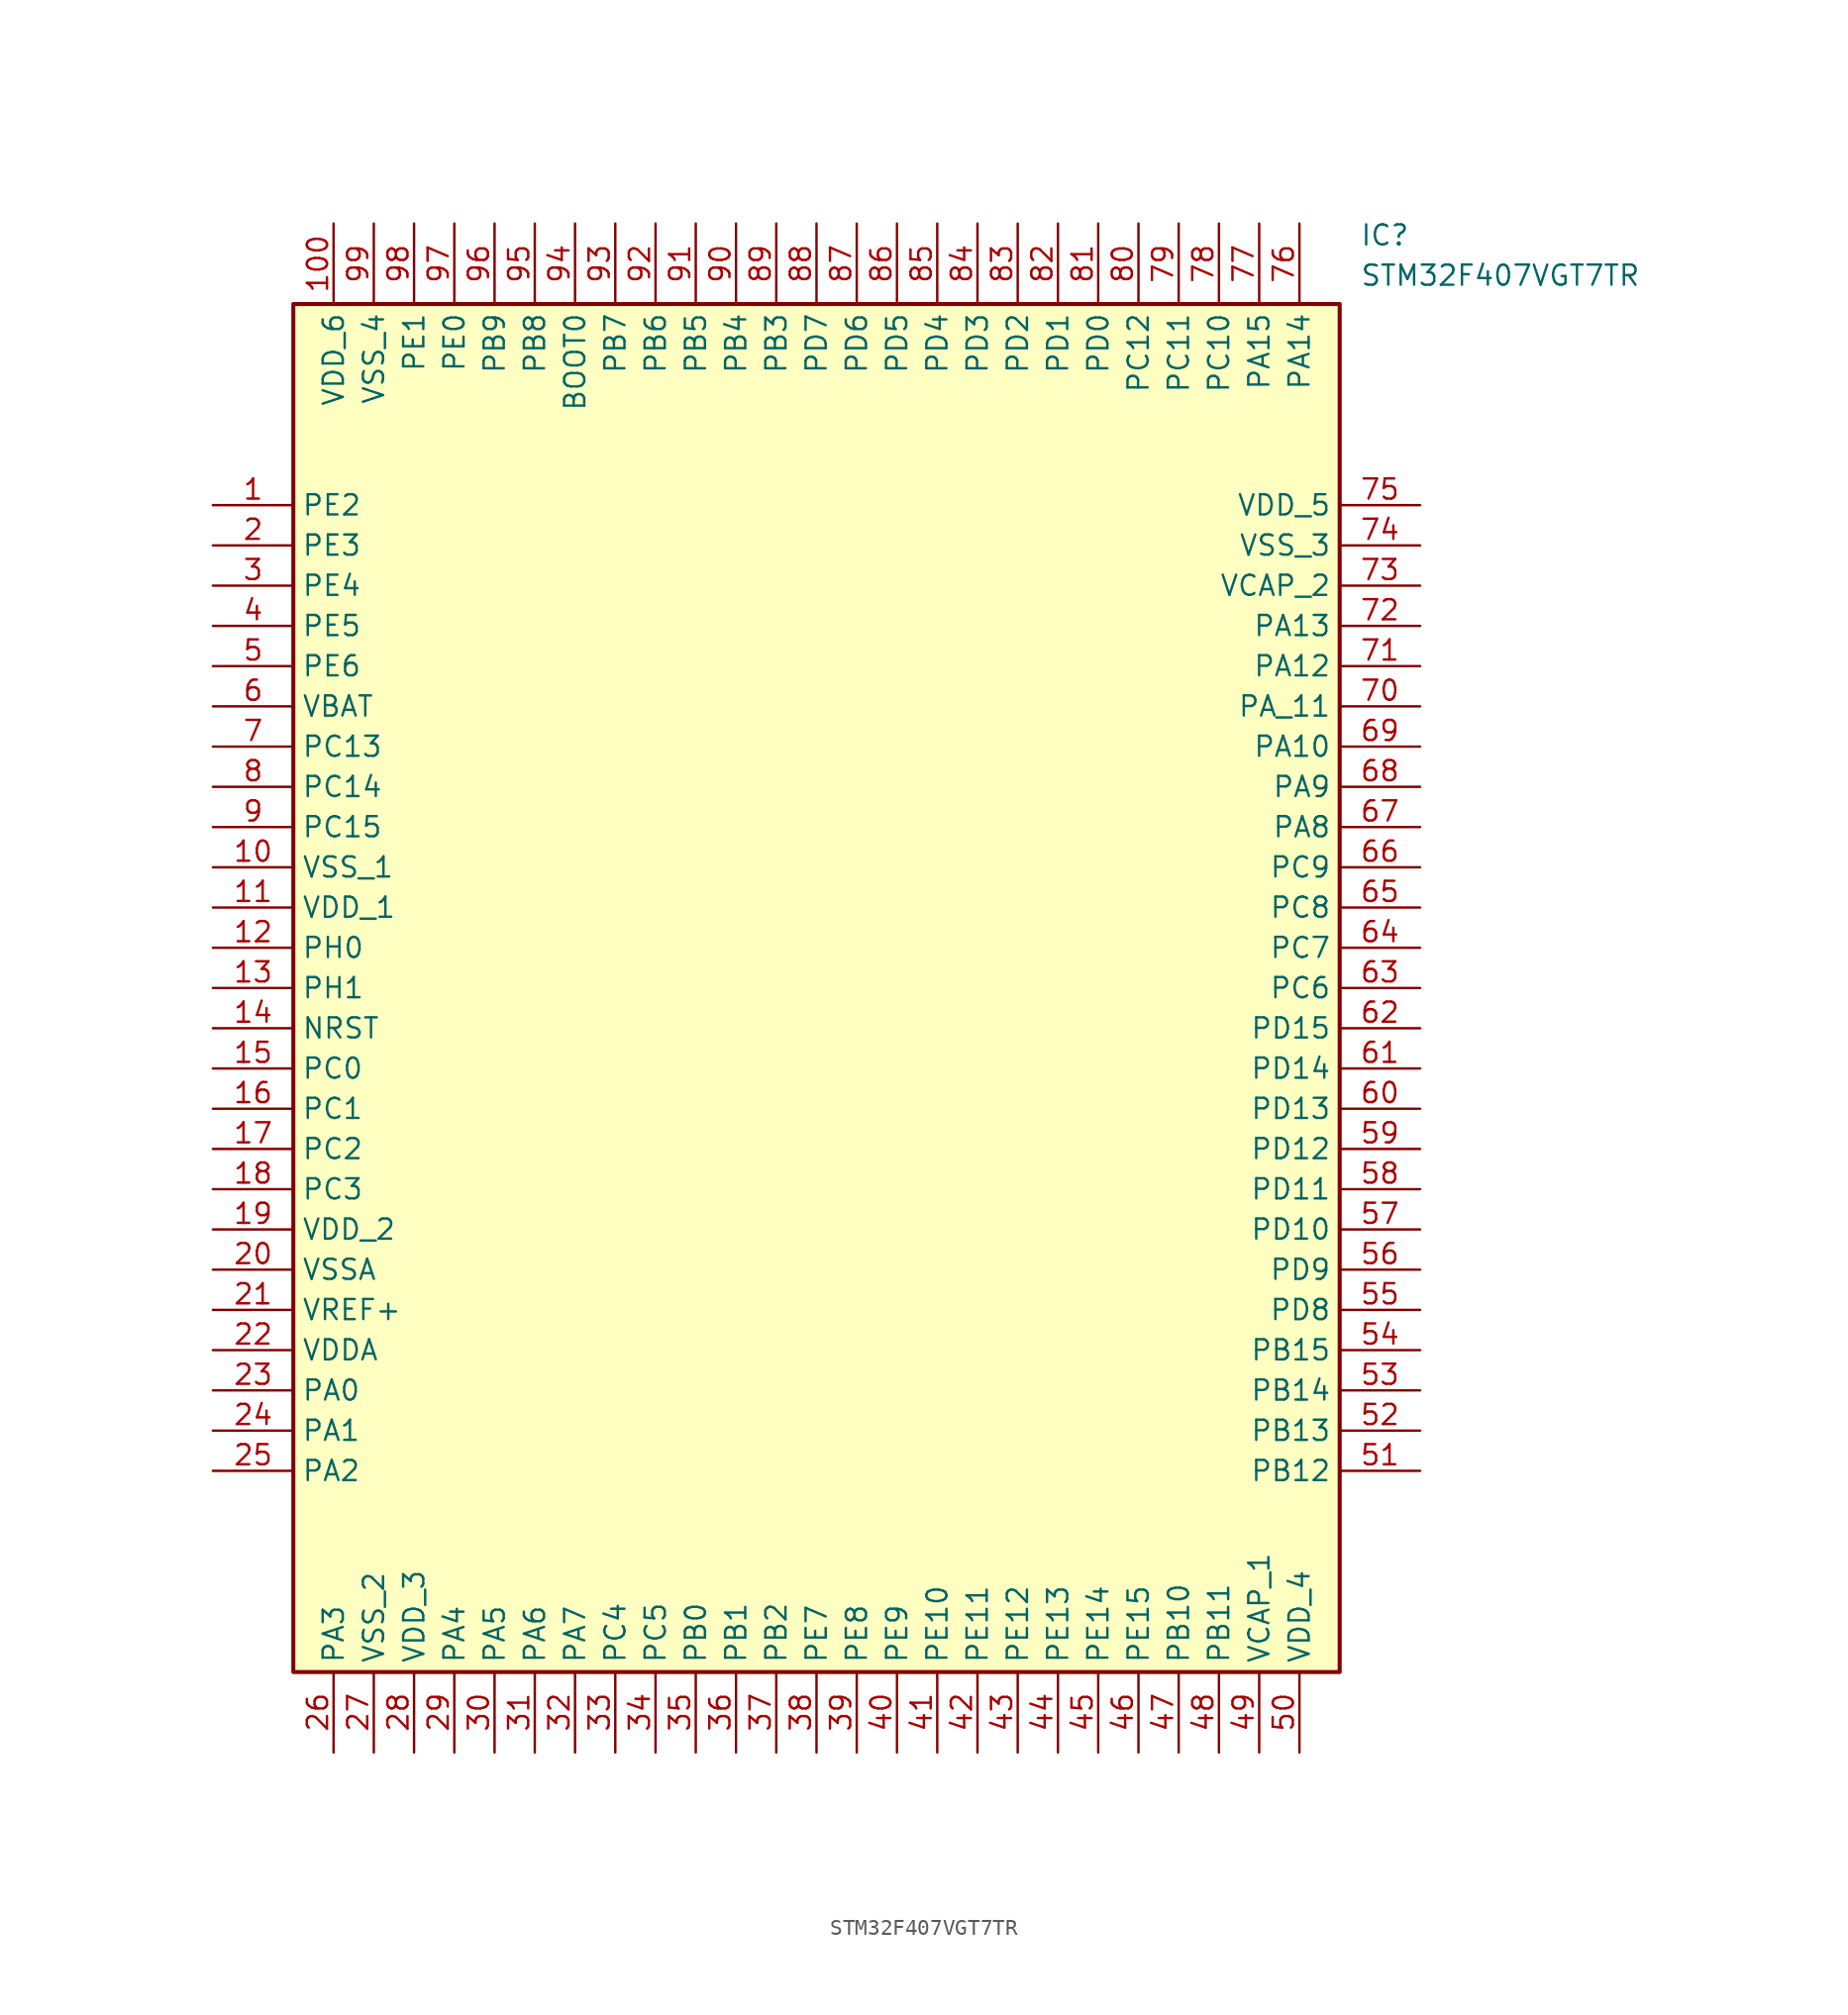
<source format=kicad_sym>
(kicad_symbol_lib
  (version 20231120)
  (generator "kicad_symbol_editor")
  (generator_version "8.0")
  (symbol "STM32F407VGT7TR"
    (property "Reference" "IC"
      (at 72.39 17.78 0)
      (effects (font (size 1.27 1.27)) (justify left top)))
    (property "Value" "STM32F407VGT7TR"
      (at 72.39 15.24 0)
      (effects (font (size 1.27 1.27)) (justify left top)))
    (symbol "STM32F407VGT7TR_1_1"
      (rectangle (start 5.08 12.7) (end 71.12 -73.66) (stroke (width 0.254) (type default)) (fill (type background)))
      (pin passive line (at 0 0 0) (length 5.08) (name "PE2" (effects (font (size 1.27 1.27)))) (number "1" (effects (font (size 1.27 1.27)))))
      (pin passive line (at 0 -22.86 0) (length 5.08) (name "VSS_1" (effects (font (size 1.27 1.27)))) (number "10" (effects (font (size 1.27 1.27)))))
      (pin passive line (at 7.62 17.78 270) (length 5.08) (name "VDD_6" (effects (font (size 1.27 1.27)))) (number "100" (effects (font (size 1.27 1.27)))))
      (pin passive line (at 0 -25.4 0) (length 5.08) (name "VDD_1" (effects (font (size 1.27 1.27)))) (number "11" (effects (font (size 1.27 1.27)))))
      (pin passive line (at 0 -27.94 0) (length 5.08) (name "PH0" (effects (font (size 1.27 1.27)))) (number "12" (effects (font (size 1.27 1.27)))))
      (pin passive line (at 0 -30.48 0) (length 5.08) (name "PH1" (effects (font (size 1.27 1.27)))) (number "13" (effects (font (size 1.27 1.27)))))
      (pin passive line (at 0 -33.02 0) (length 5.08) (name "NRST" (effects (font (size 1.27 1.27)))) (number "14" (effects (font (size 1.27 1.27)))))
      (pin passive line (at 0 -35.56 0) (length 5.08) (name "PC0" (effects (font (size 1.27 1.27)))) (number "15" (effects (font (size 1.27 1.27)))))
      (pin passive line (at 0 -38.1 0) (length 5.08) (name "PC1" (effects (font (size 1.27 1.27)))) (number "16" (effects (font (size 1.27 1.27)))))
      (pin passive line (at 0 -40.64 0) (length 5.08) (name "PC2" (effects (font (size 1.27 1.27)))) (number "17" (effects (font (size 1.27 1.27)))))
      (pin passive line (at 0 -43.18 0) (length 5.08) (name "PC3" (effects (font (size 1.27 1.27)))) (number "18" (effects (font (size 1.27 1.27)))))
      (pin passive line (at 0 -45.72 0) (length 5.08) (name "VDD_2" (effects (font (size 1.27 1.27)))) (number "19" (effects (font (size 1.27 1.27)))))
      (pin passive line (at 0 -2.54 0) (length 5.08) (name "PE3" (effects (font (size 1.27 1.27)))) (number "2" (effects (font (size 1.27 1.27)))))
      (pin passive line (at 0 -48.26 0) (length 5.08) (name "VSSA" (effects (font (size 1.27 1.27)))) (number "20" (effects (font (size 1.27 1.27)))))
      (pin passive line (at 0 -50.8 0) (length 5.08) (name "VREF+" (effects (font (size 1.27 1.27)))) (number "21" (effects (font (size 1.27 1.27)))))
      (pin passive line (at 0 -53.34 0) (length 5.08) (name "VDDA" (effects (font (size 1.27 1.27)))) (number "22" (effects (font (size 1.27 1.27)))))
      (pin passive line (at 0 -55.88 0) (length 5.08) (name "PA0" (effects (font (size 1.27 1.27)))) (number "23" (effects (font (size 1.27 1.27)))))
      (pin passive line (at 0 -58.42 0) (length 5.08) (name "PA1" (effects (font (size 1.27 1.27)))) (number "24" (effects (font (size 1.27 1.27)))))
      (pin passive line (at 0 -60.96 0) (length 5.08) (name "PA2" (effects (font (size 1.27 1.27)))) (number "25" (effects (font (size 1.27 1.27)))))
      (pin passive line (at 7.62 -78.74 90) (length 5.08) (name "PA3" (effects (font (size 1.27 1.27)))) (number "26" (effects (font (size 1.27 1.27)))))
      (pin passive line (at 10.16 -78.74 90) (length 5.08) (name "VSS_2" (effects (font (size 1.27 1.27)))) (number "27" (effects (font (size 1.27 1.27)))))
      (pin passive line (at 12.7 -78.74 90) (length 5.08) (name "VDD_3" (effects (font (size 1.27 1.27)))) (number "28" (effects (font (size 1.27 1.27)))))
      (pin passive line (at 15.24 -78.74 90) (length 5.08) (name "PA4" (effects (font (size 1.27 1.27)))) (number "29" (effects (font (size 1.27 1.27)))))
      (pin passive line (at 0 -5.08 0) (length 5.08) (name "PE4" (effects (font (size 1.27 1.27)))) (number "3" (effects (font (size 1.27 1.27)))))
      (pin passive line (at 17.78 -78.74 90) (length 5.08) (name "PA5" (effects (font (size 1.27 1.27)))) (number "30" (effects (font (size 1.27 1.27)))))
      (pin passive line (at 20.32 -78.74 90) (length 5.08) (name "PA6" (effects (font (size 1.27 1.27)))) (number "31" (effects (font (size 1.27 1.27)))))
      (pin passive line (at 22.86 -78.74 90) (length 5.08) (name "PA7" (effects (font (size 1.27 1.27)))) (number "32" (effects (font (size 1.27 1.27)))))
      (pin passive line (at 25.4 -78.74 90) (length 5.08) (name "PC4" (effects (font (size 1.27 1.27)))) (number "33" (effects (font (size 1.27 1.27)))))
      (pin passive line (at 27.94 -78.74 90) (length 5.08) (name "PC5" (effects (font (size 1.27 1.27)))) (number "34" (effects (font (size 1.27 1.27)))))
      (pin passive line (at 30.48 -78.74 90) (length 5.08) (name "PB0" (effects (font (size 1.27 1.27)))) (number "35" (effects (font (size 1.27 1.27)))))
      (pin passive line (at 33.02 -78.74 90) (length 5.08) (name "PB1" (effects (font (size 1.27 1.27)))) (number "36" (effects (font (size 1.27 1.27)))))
      (pin passive line (at 35.56 -78.74 90) (length 5.08) (name "PB2" (effects (font (size 1.27 1.27)))) (number "37" (effects (font (size 1.27 1.27)))))
      (pin passive line (at 38.1 -78.74 90) (length 5.08) (name "PE7" (effects (font (size 1.27 1.27)))) (number "38" (effects (font (size 1.27 1.27)))))
      (pin passive line (at 40.64 -78.74 90) (length 5.08) (name "PE8" (effects (font (size 1.27 1.27)))) (number "39" (effects (font (size 1.27 1.27)))))
      (pin passive line (at 0 -7.62 0) (length 5.08) (name "PE5" (effects (font (size 1.27 1.27)))) (number "4" (effects (font (size 1.27 1.27)))))
      (pin passive line (at 43.18 -78.74 90) (length 5.08) (name "PE9" (effects (font (size 1.27 1.27)))) (number "40" (effects (font (size 1.27 1.27)))))
      (pin passive line (at 45.72 -78.74 90) (length 5.08) (name "PE10" (effects (font (size 1.27 1.27)))) (number "41" (effects (font (size 1.27 1.27)))))
      (pin passive line (at 48.26 -78.74 90) (length 5.08) (name "PE11" (effects (font (size 1.27 1.27)))) (number "42" (effects (font (size 1.27 1.27)))))
      (pin passive line (at 50.8 -78.74 90) (length 5.08) (name "PE12" (effects (font (size 1.27 1.27)))) (number "43" (effects (font (size 1.27 1.27)))))
      (pin passive line (at 53.34 -78.74 90) (length 5.08) (name "PE13" (effects (font (size 1.27 1.27)))) (number "44" (effects (font (size 1.27 1.27)))))
      (pin passive line (at 55.88 -78.74 90) (length 5.08) (name "PE14" (effects (font (size 1.27 1.27)))) (number "45" (effects (font (size 1.27 1.27)))))
      (pin passive line (at 58.42 -78.74 90) (length 5.08) (name "PE15" (effects (font (size 1.27 1.27)))) (number "46" (effects (font (size 1.27 1.27)))))
      (pin passive line (at 60.96 -78.74 90) (length 5.08) (name "PB10" (effects (font (size 1.27 1.27)))) (number "47" (effects (font (size 1.27 1.27)))))
      (pin passive line (at 63.5 -78.74 90) (length 5.08) (name "PB11" (effects (font (size 1.27 1.27)))) (number "48" (effects (font (size 1.27 1.27)))))
      (pin passive line (at 66.04 -78.74 90) (length 5.08) (name "VCAP_1" (effects (font (size 1.27 1.27)))) (number "49" (effects (font (size 1.27 1.27)))))
      (pin passive line (at 0 -10.16 0) (length 5.08) (name "PE6" (effects (font (size 1.27 1.27)))) (number "5" (effects (font (size 1.27 1.27)))))
      (pin passive line (at 68.58 -78.74 90) (length 5.08) (name "VDD_4" (effects (font (size 1.27 1.27)))) (number "50" (effects (font (size 1.27 1.27)))))
      (pin passive line (at 76.2 -60.96 180) (length 5.08) (name "PB12" (effects (font (size 1.27 1.27)))) (number "51" (effects (font (size 1.27 1.27)))))
      (pin passive line (at 76.2 -58.42 180) (length 5.08) (name "PB13" (effects (font (size 1.27 1.27)))) (number "52" (effects (font (size 1.27 1.27)))))
      (pin passive line (at 76.2 -55.88 180) (length 5.08) (name "PB14" (effects (font (size 1.27 1.27)))) (number "53" (effects (font (size 1.27 1.27)))))
      (pin passive line (at 76.2 -53.34 180) (length 5.08) (name "PB15" (effects (font (size 1.27 1.27)))) (number "54" (effects (font (size 1.27 1.27)))))
      (pin passive line (at 76.2 -50.8 180) (length 5.08) (name "PD8" (effects (font (size 1.27 1.27)))) (number "55" (effects (font (size 1.27 1.27)))))
      (pin passive line (at 76.2 -48.26 180) (length 5.08) (name "PD9" (effects (font (size 1.27 1.27)))) (number "56" (effects (font (size 1.27 1.27)))))
      (pin passive line (at 76.2 -45.72 180) (length 5.08) (name "PD10" (effects (font (size 1.27 1.27)))) (number "57" (effects (font (size 1.27 1.27)))))
      (pin passive line (at 76.2 -43.18 180) (length 5.08) (name "PD11" (effects (font (size 1.27 1.27)))) (number "58" (effects (font (size 1.27 1.27)))))
      (pin passive line (at 76.2 -40.64 180) (length 5.08) (name "PD12" (effects (font (size 1.27 1.27)))) (number "59" (effects (font (size 1.27 1.27)))))
      (pin passive line (at 0 -12.7 0) (length 5.08) (name "VBAT" (effects (font (size 1.27 1.27)))) (number "6" (effects (font (size 1.27 1.27)))))
      (pin passive line (at 76.2 -38.1 180) (length 5.08) (name "PD13" (effects (font (size 1.27 1.27)))) (number "60" (effects (font (size 1.27 1.27)))))
      (pin passive line (at 76.2 -35.56 180) (length 5.08) (name "PD14" (effects (font (size 1.27 1.27)))) (number "61" (effects (font (size 1.27 1.27)))))
      (pin passive line (at 76.2 -33.02 180) (length 5.08) (name "PD15" (effects (font (size 1.27 1.27)))) (number "62" (effects (font (size 1.27 1.27)))))
      (pin passive line (at 76.2 -30.48 180) (length 5.08) (name "PC6" (effects (font (size 1.27 1.27)))) (number "63" (effects (font (size 1.27 1.27)))))
      (pin passive line (at 76.2 -27.94 180) (length 5.08) (name "PC7" (effects (font (size 1.27 1.27)))) (number "64" (effects (font (size 1.27 1.27)))))
      (pin passive line (at 76.2 -25.4 180) (length 5.08) (name "PC8" (effects (font (size 1.27 1.27)))) (number "65" (effects (font (size 1.27 1.27)))))
      (pin passive line (at 76.2 -22.86 180) (length 5.08) (name "PC9" (effects (font (size 1.27 1.27)))) (number "66" (effects (font (size 1.27 1.27)))))
      (pin passive line (at 76.2 -20.32 180) (length 5.08) (name "PA8" (effects (font (size 1.27 1.27)))) (number "67" (effects (font (size 1.27 1.27)))))
      (pin passive line (at 76.2 -17.78 180) (length 5.08) (name "PA9" (effects (font (size 1.27 1.27)))) (number "68" (effects (font (size 1.27 1.27)))))
      (pin passive line (at 76.2 -15.24 180) (length 5.08) (name "PA10" (effects (font (size 1.27 1.27)))) (number "69" (effects (font (size 1.27 1.27)))))
      (pin passive line (at 0 -15.24 0) (length 5.08) (name "PC13" (effects (font (size 1.27 1.27)))) (number "7" (effects (font (size 1.27 1.27)))))
      (pin passive line (at 76.2 -12.7 180) (length 5.08) (name "PA_11" (effects (font (size 1.27 1.27)))) (number "70" (effects (font (size 1.27 1.27)))))
      (pin passive line (at 76.2 -10.16 180) (length 5.08) (name "PA12" (effects (font (size 1.27 1.27)))) (number "71" (effects (font (size 1.27 1.27)))))
      (pin passive line (at 76.2 -7.62 180) (length 5.08) (name "PA13" (effects (font (size 1.27 1.27)))) (number "72" (effects (font (size 1.27 1.27)))))
      (pin passive line (at 76.2 -5.08 180) (length 5.08) (name "VCAP_2" (effects (font (size 1.27 1.27)))) (number "73" (effects (font (size 1.27 1.27)))))
      (pin passive line (at 76.2 -2.54 180) (length 5.08) (name "VSS_3" (effects (font (size 1.27 1.27)))) (number "74" (effects (font (size 1.27 1.27)))))
      (pin passive line (at 76.2 0 180) (length 5.08) (name "VDD_5" (effects (font (size 1.27 1.27)))) (number "75" (effects (font (size 1.27 1.27)))))
      (pin passive line (at 68.58 17.78 270) (length 5.08) (name "PA14" (effects (font (size 1.27 1.27)))) (number "76" (effects (font (size 1.27 1.27)))))
      (pin passive line (at 66.04 17.78 270) (length 5.08) (name "PA15" (effects (font (size 1.27 1.27)))) (number "77" (effects (font (size 1.27 1.27)))))
      (pin passive line (at 63.5 17.78 270) (length 5.08) (name "PC10" (effects (font (size 1.27 1.27)))) (number "78" (effects (font (size 1.27 1.27)))))
      (pin passive line (at 60.96 17.78 270) (length 5.08) (name "PC11" (effects (font (size 1.27 1.27)))) (number "79" (effects (font (size 1.27 1.27)))))
      (pin passive line (at 0 -17.78 0) (length 5.08) (name "PC14" (effects (font (size 1.27 1.27)))) (number "8" (effects (font (size 1.27 1.27)))))
      (pin passive line (at 58.42 17.78 270) (length 5.08) (name "PC12" (effects (font (size 1.27 1.27)))) (number "80" (effects (font (size 1.27 1.27)))))
      (pin passive line (at 55.88 17.78 270) (length 5.08) (name "PD0" (effects (font (size 1.27 1.27)))) (number "81" (effects (font (size 1.27 1.27)))))
      (pin passive line (at 53.34 17.78 270) (length 5.08) (name "PD1" (effects (font (size 1.27 1.27)))) (number "82" (effects (font (size 1.27 1.27)))))
      (pin passive line (at 50.8 17.78 270) (length 5.08) (name "PD2" (effects (font (size 1.27 1.27)))) (number "83" (effects (font (size 1.27 1.27)))))
      (pin passive line (at 48.26 17.78 270) (length 5.08) (name "PD3" (effects (font (size 1.27 1.27)))) (number "84" (effects (font (size 1.27 1.27)))))
      (pin passive line (at 45.72 17.78 270) (length 5.08) (name "PD4" (effects (font (size 1.27 1.27)))) (number "85" (effects (font (size 1.27 1.27)))))
      (pin passive line (at 43.18 17.78 270) (length 5.08) (name "PD5" (effects (font (size 1.27 1.27)))) (number "86" (effects (font (size 1.27 1.27)))))
      (pin passive line (at 40.64 17.78 270) (length 5.08) (name "PD6" (effects (font (size 1.27 1.27)))) (number "87" (effects (font (size 1.27 1.27)))))
      (pin passive line (at 38.1 17.78 270) (length 5.08) (name "PD7" (effects (font (size 1.27 1.27)))) (number "88" (effects (font (size 1.27 1.27)))))
      (pin passive line (at 35.56 17.78 270) (length 5.08) (name "PB3" (effects (font (size 1.27 1.27)))) (number "89" (effects (font (size 1.27 1.27)))))
      (pin passive line (at 0 -20.32 0) (length 5.08) (name "PC15" (effects (font (size 1.27 1.27)))) (number "9" (effects (font (size 1.27 1.27)))))
      (pin passive line (at 33.02 17.78 270) (length 5.08) (name "PB4" (effects (font (size 1.27 1.27)))) (number "90" (effects (font (size 1.27 1.27)))))
      (pin passive line (at 30.48 17.78 270) (length 5.08) (name "PB5" (effects (font (size 1.27 1.27)))) (number "91" (effects (font (size 1.27 1.27)))))
      (pin passive line (at 27.94 17.78 270) (length 5.08) (name "PB6" (effects (font (size 1.27 1.27)))) (number "92" (effects (font (size 1.27 1.27)))))
      (pin passive line (at 25.4 17.78 270) (length 5.08) (name "PB7" (effects (font (size 1.27 1.27)))) (number "93" (effects (font (size 1.27 1.27)))))
      (pin passive line (at 22.86 17.78 270) (length 5.08) (name "BOOT0" (effects (font (size 1.27 1.27)))) (number "94" (effects (font (size 1.27 1.27)))))
      (pin passive line (at 20.32 17.78 270) (length 5.08) (name "PB8" (effects (font (size 1.27 1.27)))) (number "95" (effects (font (size 1.27 1.27)))))
      (pin passive line (at 17.78 17.78 270) (length 5.08) (name "PB9" (effects (font (size 1.27 1.27)))) (number "96" (effects (font (size 1.27 1.27)))))
      (pin passive line (at 15.24 17.78 270) (length 5.08) (name "PE0" (effects (font (size 1.27 1.27)))) (number "97" (effects (font (size 1.27 1.27)))))
      (pin passive line (at 12.7 17.78 270) (length 5.08) (name "PE1" (effects (font (size 1.27 1.27)))) (number "98" (effects (font (size 1.27 1.27)))))
      (pin passive line (at 10.16 17.78 270) (length 5.08) (name "VSS_4" (effects (font (size 1.27 1.27)))) (number "99" (effects (font (size 1.27 1.27))))))))
</source>
